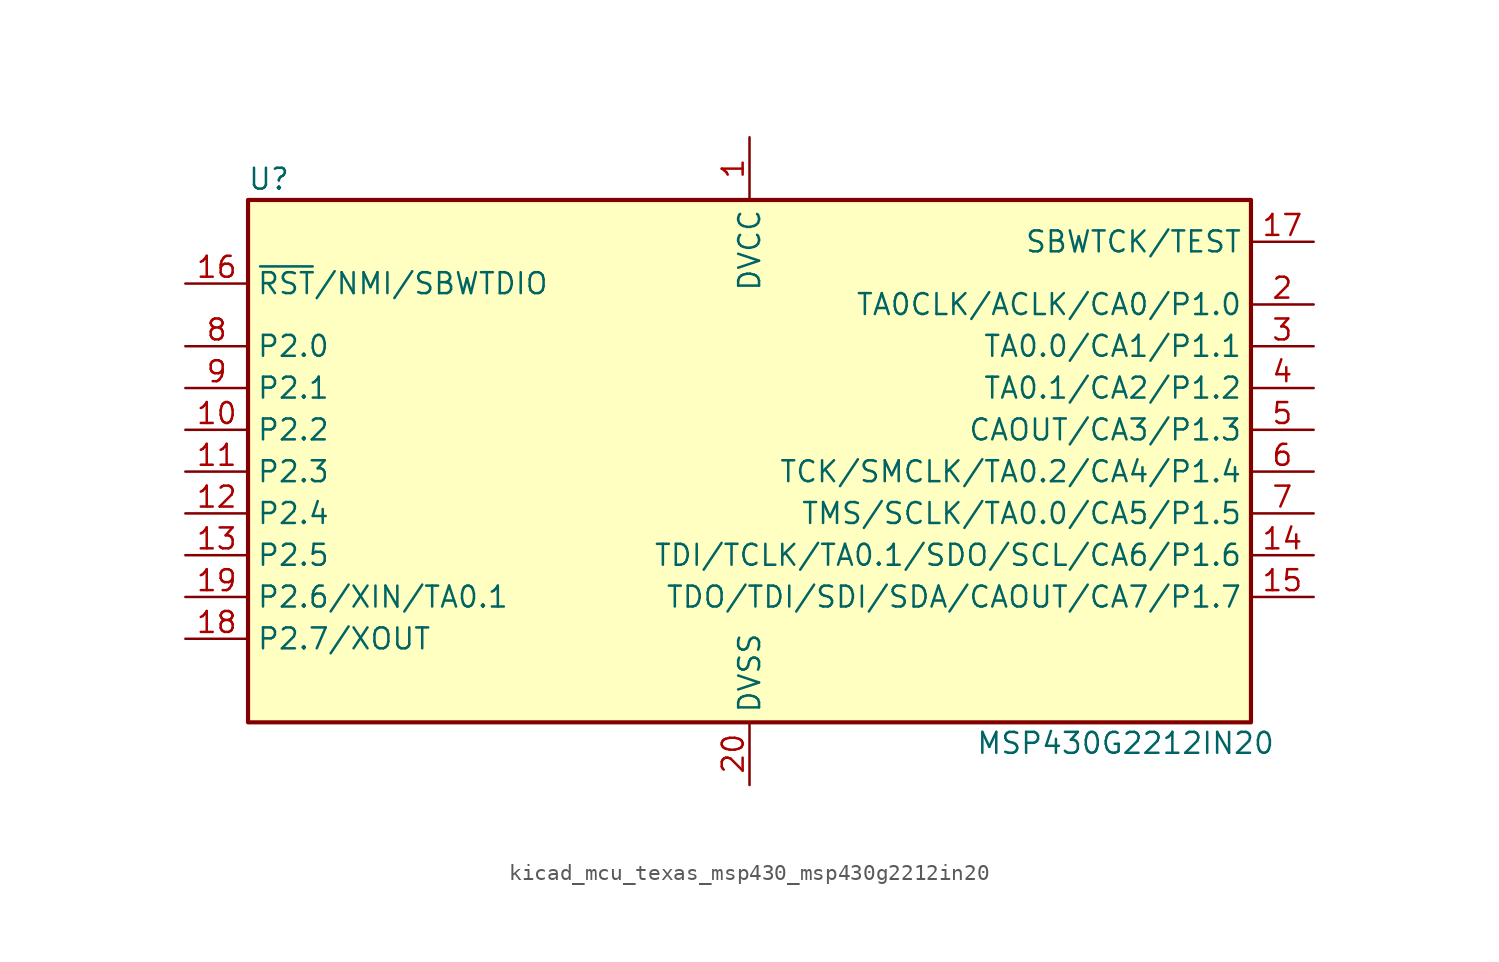
<source format=kicad_sym>
(kicad_symbol_lib
  (version 20220914)
  (generator kicad_symbol_editor)
  (symbol "kicad_mcu_texas_msp430_msp430g2212in20"
    (property "Reference" "U"
      (at -29.21 17.78 0)
      (effects (font (size 1.27 1.27))))
    (property "Value" "MSP430G2212IN20"
      (at 22.86 -16.51 0)
      (effects (font (size 1.27 1.27))))
    (symbol "kicad_mcu_texas_msp430_msp430g2212in20_0_1"
      (rectangle (start -30.48 16.51) (end 30.48 -15.24) (stroke (width 0.254) (type default)) (fill (type background))))
    (symbol "kicad_mcu_texas_msp430_msp430g2212in20_1_1"
      (pin power_in line (at 0 20.32 270) (length 3.81) (name "DVCC" (effects (font (size 1.27 1.27)))) (number "1" (effects (font (size 1.27 1.27)))))
      (pin bidirectional line (at -34.29 2.54 0) (length 3.81) (name "P2.2" (effects (font (size 1.27 1.27)))) (number "10" (effects (font (size 1.27 1.27)))))
      (pin bidirectional line (at -34.29 0 0) (length 3.81) (name "P2.3" (effects (font (size 1.27 1.27)))) (number "11" (effects (font (size 1.27 1.27)))))
      (pin bidirectional line (at -34.29 -2.54 0) (length 3.81) (name "P2.4" (effects (font (size 1.27 1.27)))) (number "12" (effects (font (size 1.27 1.27)))))
      (pin bidirectional line (at -34.29 -5.08 0) (length 3.81) (name "P2.5" (effects (font (size 1.27 1.27)))) (number "13" (effects (font (size 1.27 1.27)))))
      (pin bidirectional line (at 34.29 -5.08 180) (length 3.81) (name "TDI/TCLK/TA0.1/SDO/SCL/CA6/P1.6" (effects (font (size 1.27 1.27)))) (number "14" (effects (font (size 1.27 1.27)))))
      (pin bidirectional line (at 34.29 -7.62 180) (length 3.81) (name "TDO/TDI/SDI/SDA/CAOUT/CA7/P1.7" (effects (font (size 1.27 1.27)))) (number "15" (effects (font (size 1.27 1.27)))))
      (pin input line (at -34.29 11.43 0) (length 3.81) (name "~{RST}/NMI/SBWTDIO" (effects (font (size 1.27 1.27)))) (number "16" (effects (font (size 1.27 1.27)))))
      (pin input line (at 34.29 13.97 180) (length 3.81) (name "SBWTCK/TEST" (effects (font (size 1.27 1.27)))) (number "17" (effects (font (size 1.27 1.27)))))
      (pin bidirectional line (at -34.29 -10.16 0) (length 3.81) (name "P2.7/XOUT" (effects (font (size 1.27 1.27)))) (number "18" (effects (font (size 1.27 1.27)))))
      (pin bidirectional line (at -34.29 -7.62 0) (length 3.81) (name "P2.6/XIN/TA0.1" (effects (font (size 1.27 1.27)))) (number "19" (effects (font (size 1.27 1.27)))))
      (pin bidirectional line (at 34.29 10.16 180) (length 3.81) (name "TA0CLK/ACLK/CA0/P1.0" (effects (font (size 1.27 1.27)))) (number "2" (effects (font (size 1.27 1.27)))))
      (pin power_in line (at 0 -19.05 90) (length 3.81) (name "DVSS" (effects (font (size 1.27 1.27)))) (number "20" (effects (font (size 1.27 1.27)))))
      (pin bidirectional line (at 34.29 7.62 180) (length 3.81) (name "TA0.0/CA1/P1.1" (effects (font (size 1.27 1.27)))) (number "3" (effects (font (size 1.27 1.27)))))
      (pin bidirectional line (at 34.29 5.08 180) (length 3.81) (name "TA0.1/CA2/P1.2" (effects (font (size 1.27 1.27)))) (number "4" (effects (font (size 1.27 1.27)))))
      (pin bidirectional line (at 34.29 2.54 180) (length 3.81) (name "CAOUT/CA3/P1.3" (effects (font (size 1.27 1.27)))) (number "5" (effects (font (size 1.27 1.27)))))
      (pin bidirectional line (at 34.29 0 180) (length 3.81) (name "TCK/SMCLK/TA0.2/CA4/P1.4" (effects (font (size 1.27 1.27)))) (number "6" (effects (font (size 1.27 1.27)))))
      (pin bidirectional line (at 34.29 -2.54 180) (length 3.81) (name "TMS/SCLK/TA0.0/CA5/P1.5" (effects (font (size 1.27 1.27)))) (number "7" (effects (font (size 1.27 1.27)))))
      (pin bidirectional line (at -34.29 7.62 0) (length 3.81) (name "P2.0" (effects (font (size 1.27 1.27)))) (number "8" (effects (font (size 1.27 1.27)))))
      (pin bidirectional line (at -34.29 5.08 0) (length 3.81) (name "P2.1" (effects (font (size 1.27 1.27)))) (number "9" (effects (font (size 1.27 1.27))))))))
</source>
